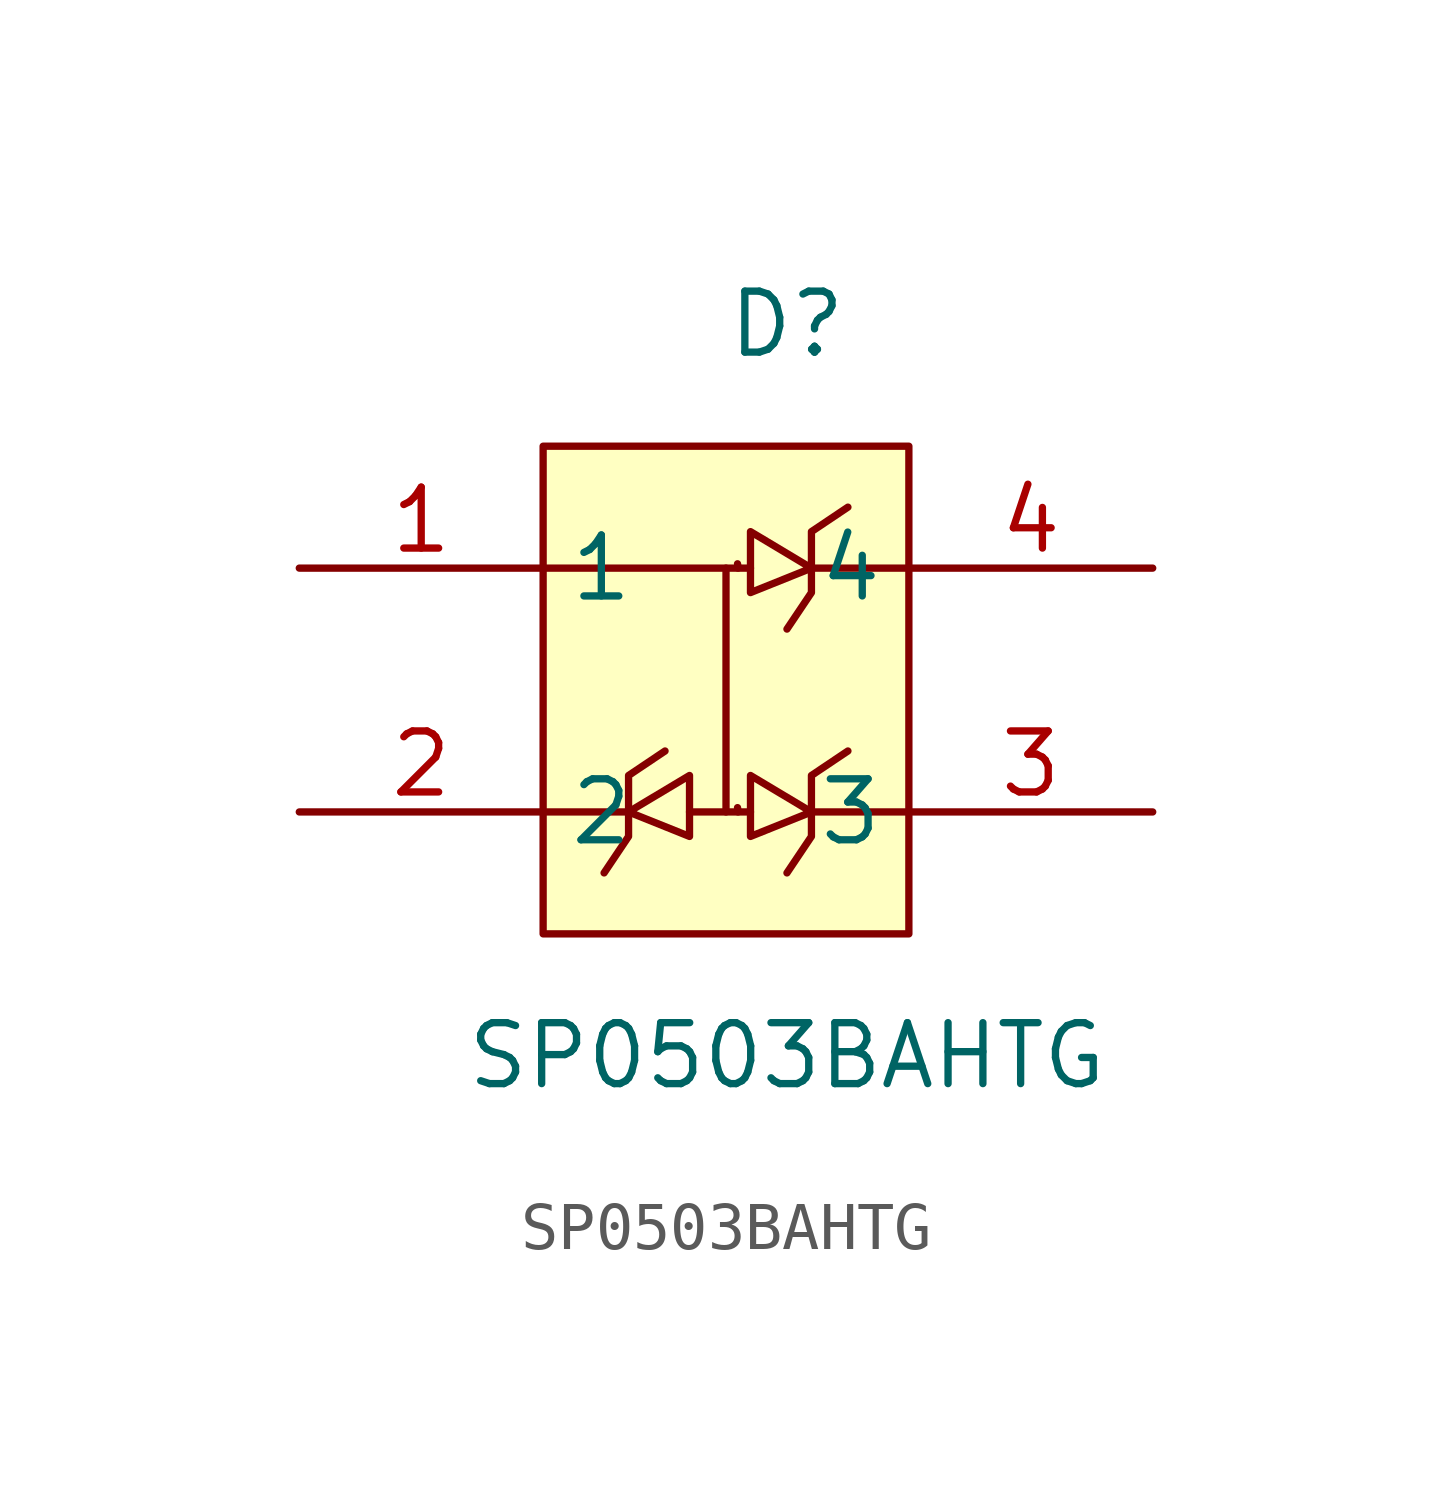
<source format=kicad_sym>
(kicad_symbol_lib
  (version 1)
  (generator "faebryk")
  (symbol "SP0503BAHTG"
    (property "Reference" "D"
      (at 0 7.62 0)
      (effects (font (size 1.27 1.27)) (hide no)))
    (property "Value" "SP0503BAHTG"
      (at 0 -7.62 0)
      (effects (font (size 1.27 1.27)) (hide no)))
    (symbol "SP0503BAHTG_0_1"
      (polyline (stroke (width 0) (type default) (color 0 0 0 0)) (fill (type none)) (pts (xy -5.08 -2.54) (xy -3.3 -2.54)))
      (polyline (stroke (width 0) (type default) (color 0 0 0 0)) (fill (type none)) (pts (xy -1.27 -2.54) (xy -1.27 2.54)))
      (polyline (stroke (width 0) (type default) (color 0 0 0 0)) (fill (type none)) (pts (xy -0.76 -2.54) (xy -2.03 -2.54)))
      (polyline (stroke (width 0) (type default) (color 0 0 0 0)) (fill (type none)) (pts (xy -0.76 2.54) (xy -5.08 2.54)))
      (polyline (stroke (width 0) (type default) (color 0 0 0 0)) (fill (type none)) (pts (xy 0.51 -2.54) (xy 2.54 -2.54)))
      (polyline (stroke (width 0) (type default) (color 0 0 0 0)) (fill (type none)) (pts (xy 0.51 2.54) (xy 2.54 2.54)))
      (polyline (stroke (width 0) (type default) (color 0 0 0 0)) (fill (type none)) (pts (xy -2.54 -1.27) (xy -3.3 -1.78) (xy -3.3 -3.05) (xy -3.81 -3.81)))
      (polyline (stroke (width 0) (type default) (color 0 0 0 0)) (fill (type none)) (pts (xy 1.27 -1.27) (xy 0.51 -1.78) (xy 0.51 -3.05) (xy 0 -3.81)))
      (polyline (stroke (width 0) (type default) (color 0 0 0 0)) (fill (type none)) (pts (xy 1.27 3.81) (xy 0.51 3.3) (xy 0.51 2.03) (xy 0 1.27)))
      (polyline (stroke (width 0) (type default) (color 0 0 0 0)) (fill (type background)) (pts (xy -3.3 -2.54) (xy -2.03 -1.78) (xy -2.03 -3.05) (xy -3.3 -2.54) (xy -3.3 -2.54)))
      (polyline (stroke (width 0) (type default) (color 0 0 0 0)) (fill (type background)) (pts (xy -0.76 -1.78) (xy -0.76 -3.05) (xy 0.51 -2.54) (xy -0.76 -1.78) (xy -0.76 -1.78)))
      (polyline (stroke (width 0) (type default) (color 0 0 0 0)) (fill (type background)) (pts (xy -0.76 3.3) (xy -0.76 2.03) (xy 0.51 2.54) (xy -0.76 3.3) (xy -0.76 3.3)))
      (rectangle (start -5.08 5.08) (end 2.54 -5.08) (stroke (width 0) (type default) (color 0 0 0 0)) (fill (type background)))
      (arc (start -1.02 2.54) (mid -1.45 2.36) (end -1.03 2.63) (stroke (width 0) (type default) (color 0 0 0 0)) (fill (type none)))
      (arc (start -1.02 -2.54) (mid -1.45 -2.72) (end -1.03 -2.45) (stroke (width 0) (type default) (color 0 0 0 0)) (fill (type none)))
      (pin input line (at -10.16 2.54 0) (length 5.08) (name "1" (effects (font (size 1.27 1.27)) (hide no))) (number "1" (effects (font (size 1.27 1.27)) (hide no))))
      (pin input line (at -10.16 -2.54 0) (length 5.08) (name "2" (effects (font (size 1.27 1.27)) (hide no))) (number "2" (effects (font (size 1.27 1.27)) (hide no))))
      (pin input line (at 7.62 -2.54 180) (length 5.08) (name "3" (effects (font (size 1.27 1.27)) (hide no))) (number "3" (effects (font (size 1.27 1.27)) (hide no))))
      (pin input line (at 7.62 2.54 180) (length 5.08) (name "4" (effects (font (size 1.27 1.27)) (hide no))) (number "4" (effects (font (size 1.27 1.27)) (hide no)))))))
</source>
